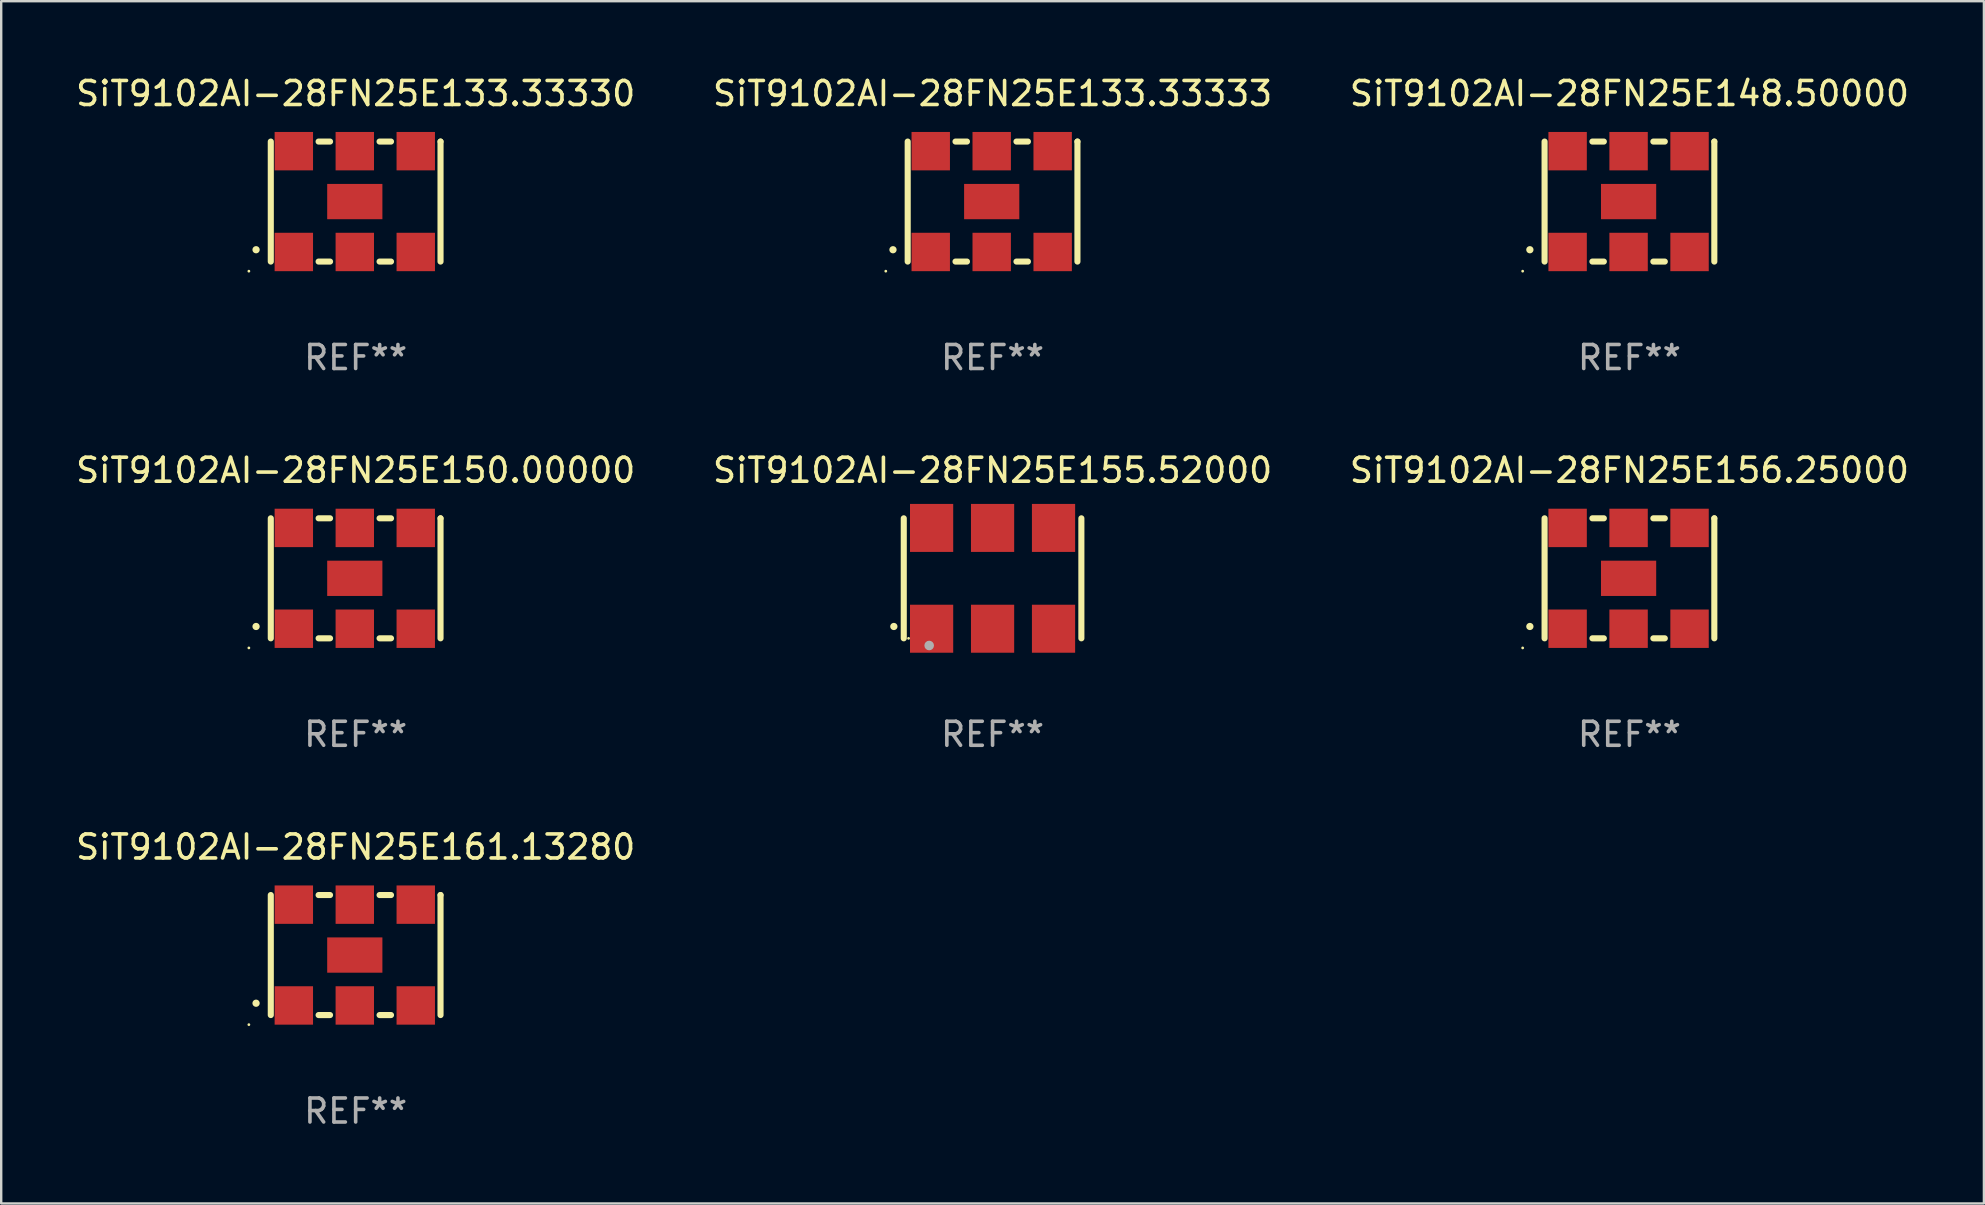
<source format=kicad_pcb>
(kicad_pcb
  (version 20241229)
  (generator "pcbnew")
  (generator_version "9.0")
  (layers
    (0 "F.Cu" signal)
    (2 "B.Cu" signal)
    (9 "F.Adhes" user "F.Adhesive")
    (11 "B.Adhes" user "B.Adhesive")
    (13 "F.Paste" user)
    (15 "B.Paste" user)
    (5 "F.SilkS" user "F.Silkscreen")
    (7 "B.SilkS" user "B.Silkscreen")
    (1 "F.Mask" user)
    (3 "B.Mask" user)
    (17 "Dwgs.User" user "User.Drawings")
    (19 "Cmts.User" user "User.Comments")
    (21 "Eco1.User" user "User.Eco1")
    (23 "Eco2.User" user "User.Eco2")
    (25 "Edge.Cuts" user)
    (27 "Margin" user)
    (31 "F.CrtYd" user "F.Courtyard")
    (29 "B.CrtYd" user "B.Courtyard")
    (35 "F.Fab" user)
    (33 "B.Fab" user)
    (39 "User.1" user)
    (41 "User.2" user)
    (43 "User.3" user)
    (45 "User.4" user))
  (footprint "SiT9102AI-28FN25E156.25000"
    (layer "F.Cu")
    (at 64.839 21.045)
    (property "Reference" "SiT9102AI-28FN25E156.25000" (at 0 -4.5 0) (layer "F.SilkS") (effects (font (size 1 1) (thickness 0.15))))
    (attr through_hole)
    (fp_line (start -3.536 -2.5) (end -3.536 2.5) (stroke (width 0.254) (type solid)) (layer "F.SilkS"))
    (fp_line (start -1.544 2.5) (end -1.067 2.5) (stroke (width 0.254) (type solid)) (layer "F.SilkS"))
    (fp_line (start -1.067 -2.5) (end -1.544 -2.5) (stroke (width 0.254) (type solid)) (layer "F.SilkS"))
    (fp_line (start 0.996 2.5) (end 1.473 2.5) (stroke (width 0.254) (type solid)) (layer "F.SilkS"))
    (fp_line (start 1.473 -2.5) (end 0.996 -2.5) (stroke (width 0.254) (type solid)) (layer "F.SilkS"))
    (fp_line (start 3.536 -2.5) (end 3.536 -2.5) (stroke (width 0.254) (type solid)) (layer "F.SilkS"))
    (fp_line (start 3.536 2.5) (end 3.536 -2.5) (stroke (width 0.254) (type solid)) (layer "F.SilkS"))
    (fp_arc (start -4.150432 2.006604) (mid -4.149162 2.006599) (end -4.147892 2.006604) (stroke (width 0.3) (type solid)) (layer "F.SilkS"))
    (fp_circle (center -4.449 2.9) (end -4.419 2.9) (stroke (width 0.06) (type solid)) (fill no) (layer "F.SilkS"))
    (fp_text user "REF**" (at 0 6.5 0) (layer "F.Fab") (effects (font (size 1 1) (thickness 0.15))))
    (pad "1" smd rect (at -2.576 2.1) (size 1.6 1.6) (layers "F.Cu" "F.Mask" "F.Paste"))
    (pad "2" smd rect (at -0.036 2.1) (size 1.6 1.6) (layers "F.Cu" "F.Mask" "F.Paste"))
    (pad "3" smd rect (at 2.504 2.1) (size 1.6 1.6) (layers "F.Cu" "F.Mask" "F.Paste"))
    (pad "4" smd rect (at 2.504 -2.1) (size 1.6 1.6) (layers "F.Cu" "F.Mask" "F.Paste"))
    (pad "5" smd rect (at -0.036 -2.1) (size 1.6 1.6) (layers "F.Cu" "F.Mask" "F.Paste"))
    (pad "6" smd rect (at -2.576 -2.1) (size 1.6 1.6) (layers "F.Cu" "F.Mask" "F.Paste"))
    (pad "7" smd rect (at -0.036 0) (size 2.3 1.47) (layers "F.Cu" "F.Mask" "F.Paste")))
  (footprint "SiT9102AI-28FN25E133.33333"
    (layer "F.Cu")
    (at 38.304 5.348)
    (property "Reference" "SiT9102AI-28FN25E133.33333" (at 0 -4.5 0) (layer "F.SilkS") (effects (font (size 1 1) (thickness 0.15))))
    (attr through_hole)
    (fp_line (start -3.536 -2.5) (end -3.536 2.5) (stroke (width 0.254) (type solid)) (layer "F.SilkS"))
    (fp_line (start -1.544 2.5) (end -1.067 2.5) (stroke (width 0.254) (type solid)) (layer "F.SilkS"))
    (fp_line (start -1.067 -2.5) (end -1.544 -2.5) (stroke (width 0.254) (type solid)) (layer "F.SilkS"))
    (fp_line (start 0.996 2.5) (end 1.473 2.5) (stroke (width 0.254) (type solid)) (layer "F.SilkS"))
    (fp_line (start 1.473 -2.5) (end 0.996 -2.5) (stroke (width 0.254) (type solid)) (layer "F.SilkS"))
    (fp_line (start 3.536 -2.5) (end 3.536 -2.5) (stroke (width 0.254) (type solid)) (layer "F.SilkS"))
    (fp_line (start 3.536 2.5) (end 3.536 -2.5) (stroke (width 0.254) (type solid)) (layer "F.SilkS"))
    (fp_arc (start -4.150432 2.006604) (mid -4.149162 2.006599) (end -4.147892 2.006604) (stroke (width 0.3) (type solid)) (layer "F.SilkS"))
    (fp_circle (center -4.449 2.9) (end -4.419 2.9) (stroke (width 0.06) (type solid)) (fill no) (layer "F.SilkS"))
    (fp_text user "REF**" (at 0 6.5 0) (layer "F.Fab") (effects (font (size 1 1) (thickness 0.15))))
    (pad "1" smd rect (at -2.576 2.1) (size 1.6 1.6) (layers "F.Cu" "F.Mask" "F.Paste"))
    (pad "2" smd rect (at -0.036 2.1) (size 1.6 1.6) (layers "F.Cu" "F.Mask" "F.Paste"))
    (pad "3" smd rect (at 2.504 2.1) (size 1.6 1.6) (layers "F.Cu" "F.Mask" "F.Paste"))
    (pad "4" smd rect (at 2.504 -2.1) (size 1.6 1.6) (layers "F.Cu" "F.Mask" "F.Paste"))
    (pad "5" smd rect (at -0.036 -2.1) (size 1.6 1.6) (layers "F.Cu" "F.Mask" "F.Paste"))
    (pad "6" smd rect (at -2.576 -2.1) (size 1.6 1.6) (layers "F.Cu" "F.Mask" "F.Paste"))
    (pad "7" smd rect (at -0.036 0) (size 2.3 1.47) (layers "F.Cu" "F.Mask" "F.Paste")))
  (footprint "SiT9102AI-28FN25E133.33330"
    (layer "F.Cu")
    (at 11.768 5.348)
    (property "Reference" "SiT9102AI-28FN25E133.33330" (at 0 -4.5 0) (layer "F.SilkS") (effects (font (size 1 1) (thickness 0.15))))
    (attr through_hole)
    (fp_line (start -3.536 -2.5) (end -3.536 2.5) (stroke (width 0.254) (type solid)) (layer "F.SilkS"))
    (fp_line (start -1.544 2.5) (end -1.067 2.5) (stroke (width 0.254) (type solid)) (layer "F.SilkS"))
    (fp_line (start -1.067 -2.5) (end -1.544 -2.5) (stroke (width 0.254) (type solid)) (layer "F.SilkS"))
    (fp_line (start 0.996 2.5) (end 1.473 2.5) (stroke (width 0.254) (type solid)) (layer "F.SilkS"))
    (fp_line (start 1.473 -2.5) (end 0.996 -2.5) (stroke (width 0.254) (type solid)) (layer "F.SilkS"))
    (fp_line (start 3.536 -2.5) (end 3.536 -2.5) (stroke (width 0.254) (type solid)) (layer "F.SilkS"))
    (fp_line (start 3.536 2.5) (end 3.536 -2.5) (stroke (width 0.254) (type solid)) (layer "F.SilkS"))
    (fp_arc (start -4.150432 2.006604) (mid -4.149162 2.006599) (end -4.147892 2.006604) (stroke (width 0.3) (type solid)) (layer "F.SilkS"))
    (fp_circle (center -4.449 2.9) (end -4.419 2.9) (stroke (width 0.06) (type solid)) (fill no) (layer "F.SilkS"))
    (fp_text user "REF**" (at 0 6.5 0) (layer "F.Fab") (effects (font (size 1 1) (thickness 0.15))))
    (pad "1" smd rect (at -2.576 2.1) (size 1.6 1.6) (layers "F.Cu" "F.Mask" "F.Paste"))
    (pad "2" smd rect (at -0.036 2.1) (size 1.6 1.6) (layers "F.Cu" "F.Mask" "F.Paste"))
    (pad "3" smd rect (at 2.504 2.1) (size 1.6 1.6) (layers "F.Cu" "F.Mask" "F.Paste"))
    (pad "4" smd rect (at 2.504 -2.1) (size 1.6 1.6) (layers "F.Cu" "F.Mask" "F.Paste"))
    (pad "5" smd rect (at -0.036 -2.1) (size 1.6 1.6) (layers "F.Cu" "F.Mask" "F.Paste"))
    (pad "6" smd rect (at -2.576 -2.1) (size 1.6 1.6) (layers "F.Cu" "F.Mask" "F.Paste"))
    (pad "7" smd rect (at -0.036 0) (size 2.3 1.47) (layers "F.Cu" "F.Mask" "F.Paste")))
  (footprint "SiT9102AI-28FN25E161.13280"
    (layer "F.Cu")
    (at 11.768 36.741)
    (property "Reference" "SiT9102AI-28FN25E161.13280" (at 0 -4.5 0) (layer "F.SilkS") (effects (font (size 1 1) (thickness 0.15))))
    (attr through_hole)
    (fp_line (start -3.536 -2.5) (end -3.536 2.5) (stroke (width 0.254) (type solid)) (layer "F.SilkS"))
    (fp_line (start -1.544 2.5) (end -1.067 2.5) (stroke (width 0.254) (type solid)) (layer "F.SilkS"))
    (fp_line (start -1.067 -2.5) (end -1.544 -2.5) (stroke (width 0.254) (type solid)) (layer "F.SilkS"))
    (fp_line (start 0.996 2.5) (end 1.473 2.5) (stroke (width 0.254) (type solid)) (layer "F.SilkS"))
    (fp_line (start 1.473 -2.5) (end 0.996 -2.5) (stroke (width 0.254) (type solid)) (layer "F.SilkS"))
    (fp_line (start 3.536 -2.5) (end 3.536 -2.5) (stroke (width 0.254) (type solid)) (layer "F.SilkS"))
    (fp_line (start 3.536 2.5) (end 3.536 -2.5) (stroke (width 0.254) (type solid)) (layer "F.SilkS"))
    (fp_arc (start -4.150432 2.006604) (mid -4.149162 2.006599) (end -4.147892 2.006604) (stroke (width 0.3) (type solid)) (layer "F.SilkS"))
    (fp_circle (center -4.449 2.9) (end -4.419 2.9) (stroke (width 0.06) (type solid)) (fill no) (layer "F.SilkS"))
    (fp_text user "REF**" (at 0 6.5 0) (layer "F.Fab") (effects (font (size 1 1) (thickness 0.15))))
    (pad "1" smd rect (at -2.576 2.1) (size 1.6 1.6) (layers "F.Cu" "F.Mask" "F.Paste"))
    (pad "2" smd rect (at -0.036 2.1) (size 1.6 1.6) (layers "F.Cu" "F.Mask" "F.Paste"))
    (pad "3" smd rect (at 2.504 2.1) (size 1.6 1.6) (layers "F.Cu" "F.Mask" "F.Paste"))
    (pad "4" smd rect (at 2.504 -2.1) (size 1.6 1.6) (layers "F.Cu" "F.Mask" "F.Paste"))
    (pad "5" smd rect (at -0.036 -2.1) (size 1.6 1.6) (layers "F.Cu" "F.Mask" "F.Paste"))
    (pad "6" smd rect (at -2.576 -2.1) (size 1.6 1.6) (layers "F.Cu" "F.Mask" "F.Paste"))
    (pad "7" smd rect (at -0.036 0) (size 2.3 1.47) (layers "F.Cu" "F.Mask" "F.Paste")))
  (footprint "SiT9102AI-28FN25E150.00000"
    (layer "F.Cu")
    (at 11.768 21.045)
    (property "Reference" "SiT9102AI-28FN25E150.00000" (at 0 -4.5 0) (layer "F.SilkS") (effects (font (size 1 1) (thickness 0.15))))
    (attr through_hole)
    (fp_line (start -3.536 -2.5) (end -3.536 2.5) (stroke (width 0.254) (type solid)) (layer "F.SilkS"))
    (fp_line (start -1.544 2.5) (end -1.067 2.5) (stroke (width 0.254) (type solid)) (layer "F.SilkS"))
    (fp_line (start -1.067 -2.5) (end -1.544 -2.5) (stroke (width 0.254) (type solid)) (layer "F.SilkS"))
    (fp_line (start 0.996 2.5) (end 1.473 2.5) (stroke (width 0.254) (type solid)) (layer "F.SilkS"))
    (fp_line (start 1.473 -2.5) (end 0.996 -2.5) (stroke (width 0.254) (type solid)) (layer "F.SilkS"))
    (fp_line (start 3.536 -2.5) (end 3.536 -2.5) (stroke (width 0.254) (type solid)) (layer "F.SilkS"))
    (fp_line (start 3.536 2.5) (end 3.536 -2.5) (stroke (width 0.254) (type solid)) (layer "F.SilkS"))
    (fp_arc (start -4.150432 2.006604) (mid -4.149162 2.006599) (end -4.147892 2.006604) (stroke (width 0.3) (type solid)) (layer "F.SilkS"))
    (fp_circle (center -4.449 2.9) (end -4.419 2.9) (stroke (width 0.06) (type solid)) (fill no) (layer "F.SilkS"))
    (fp_text user "REF**" (at 0 6.5 0) (layer "F.Fab") (effects (font (size 1 1) (thickness 0.15))))
    (pad "1" smd rect (at -2.576 2.1) (size 1.6 1.6) (layers "F.Cu" "F.Mask" "F.Paste"))
    (pad "2" smd rect (at -0.036 2.1) (size 1.6 1.6) (layers "F.Cu" "F.Mask" "F.Paste"))
    (pad "3" smd rect (at 2.504 2.1) (size 1.6 1.6) (layers "F.Cu" "F.Mask" "F.Paste"))
    (pad "4" smd rect (at 2.504 -2.1) (size 1.6 1.6) (layers "F.Cu" "F.Mask" "F.Paste"))
    (pad "5" smd rect (at -0.036 -2.1) (size 1.6 1.6) (layers "F.Cu" "F.Mask" "F.Paste"))
    (pad "6" smd rect (at -2.576 -2.1) (size 1.6 1.6) (layers "F.Cu" "F.Mask" "F.Paste"))
    (pad "7" smd rect (at -0.036 0) (size 2.3 1.47) (layers "F.Cu" "F.Mask" "F.Paste")))
  (footprint "SiT9102AI-28FN25E155.52000"
    (layer "F.Cu")
    (at 38.304 21.045)
    (property "Reference" "SiT9102AI-28FN25E155.52000" (at 0 -4.5 0) (layer "F.SilkS") (effects (font (size 1 1) (thickness 0.15))))
    (attr through_hole)
    (fp_line (start -3.7 -2.5) (end -3.7 2.5) (stroke (width 0.254) (type solid)) (layer "F.SilkS"))
    (fp_line (start 3.7 -2.5) (end 3.7 2.5) (stroke (width 0.254) (type solid)) (layer "F.SilkS"))
    (fp_arc (start -4.114415 2.006604) (mid -4.113145 2.006599) (end -4.111875 2.006604) (stroke (width 0.3) (type solid)) (layer "F.SilkS"))
    (fp_circle (center -3.5 2.501) (end -3.47 2.501) (stroke (width 0.06) (type solid)) (fill no) (layer "F.SilkS"))
    (fp_circle (center -2.641 2.799) (end -2.541 2.799) (stroke (width 0.2) (type solid)) (fill no) (layer "F.Fab"))
    (fp_text user "REF**" (at 0 6.5 0) (layer "F.Fab") (effects (font (size 1 1) (thickness 0.15))))
    (pad "1" smd rect (at -2.54 2.1) (size 1.8 2) (layers "F.Cu" "F.Mask" "F.Paste"))
    (pad "2" smd rect (at 0.000394 2.1) (size 1.8 2) (layers "F.Cu" "F.Mask" "F.Paste"))
    (pad "3" smd rect (at 2.54 2.1) (size 1.8 2) (layers "F.Cu" "F.Mask" "F.Paste"))
    (pad "4" smd rect (at 2.54 -2.1) (size 1.8 2) (layers "F.Cu" "F.Mask" "F.Paste"))
    (pad "5" smd rect (at 0.000394 -2.1) (size 1.8 2) (layers "F.Cu" "F.Mask" "F.Paste"))
    (pad "6" smd rect (at -2.54 -2.1) (size 1.8 2) (layers "F.Cu" "F.Mask" "F.Paste")))
  (footprint "SiT9102AI-28FN25E148.50000"
    (layer "F.Cu")
    (at 64.839 5.348)
    (property "Reference" "SiT9102AI-28FN25E148.50000" (at 0 -4.5 0) (layer "F.SilkS") (effects (font (size 1 1) (thickness 0.15))))
    (attr through_hole)
    (fp_line (start -3.536 -2.5) (end -3.536 2.5) (stroke (width 0.254) (type solid)) (layer "F.SilkS"))
    (fp_line (start -1.544 2.5) (end -1.067 2.5) (stroke (width 0.254) (type solid)) (layer "F.SilkS"))
    (fp_line (start -1.067 -2.5) (end -1.544 -2.5) (stroke (width 0.254) (type solid)) (layer "F.SilkS"))
    (fp_line (start 0.996 2.5) (end 1.473 2.5) (stroke (width 0.254) (type solid)) (layer "F.SilkS"))
    (fp_line (start 1.473 -2.5) (end 0.996 -2.5) (stroke (width 0.254) (type solid)) (layer "F.SilkS"))
    (fp_line (start 3.536 -2.5) (end 3.536 -2.5) (stroke (width 0.254) (type solid)) (layer "F.SilkS"))
    (fp_line (start 3.536 2.5) (end 3.536 -2.5) (stroke (width 0.254) (type solid)) (layer "F.SilkS"))
    (fp_arc (start -4.150432 2.006604) (mid -4.149162 2.006599) (end -4.147892 2.006604) (stroke (width 0.3) (type solid)) (layer "F.SilkS"))
    (fp_circle (center -4.449 2.9) (end -4.419 2.9) (stroke (width 0.06) (type solid)) (fill no) (layer "F.SilkS"))
    (fp_text user "REF**" (at 0 6.5 0) (layer "F.Fab") (effects (font (size 1 1) (thickness 0.15))))
    (pad "1" smd rect (at -2.576 2.1) (size 1.6 1.6) (layers "F.Cu" "F.Mask" "F.Paste"))
    (pad "2" smd rect (at -0.036 2.1) (size 1.6 1.6) (layers "F.Cu" "F.Mask" "F.Paste"))
    (pad "3" smd rect (at 2.504 2.1) (size 1.6 1.6) (layers "F.Cu" "F.Mask" "F.Paste"))
    (pad "4" smd rect (at 2.504 -2.1) (size 1.6 1.6) (layers "F.Cu" "F.Mask" "F.Paste"))
    (pad "5" smd rect (at -0.036 -2.1) (size 1.6 1.6) (layers "F.Cu" "F.Mask" "F.Paste"))
    (pad "6" smd rect (at -2.576 -2.1) (size 1.6 1.6) (layers "F.Cu" "F.Mask" "F.Paste"))
    (pad "7" smd rect (at -0.036 0) (size 2.3 1.47) (layers "F.Cu" "F.Mask" "F.Paste")))
  (gr_rect
    (start -3 -3)
    (end 79.607 47.09)
    (stroke (width 0.1) (type default))
    (fill no)
    (layer "Edge.Cuts")))
</source>
